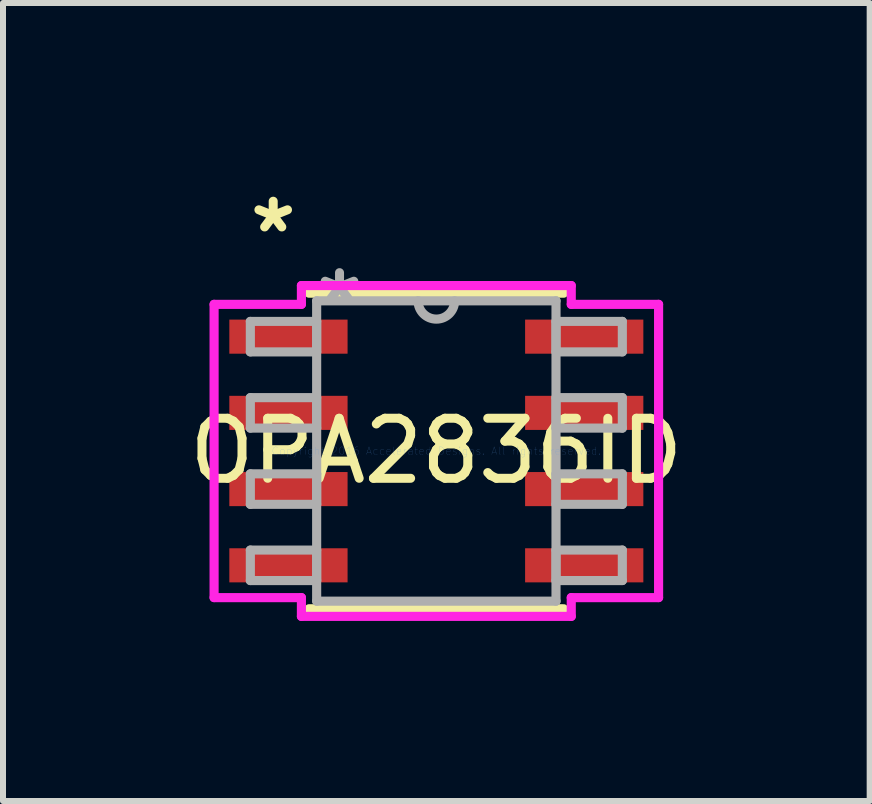
<source format=kicad_pcb>
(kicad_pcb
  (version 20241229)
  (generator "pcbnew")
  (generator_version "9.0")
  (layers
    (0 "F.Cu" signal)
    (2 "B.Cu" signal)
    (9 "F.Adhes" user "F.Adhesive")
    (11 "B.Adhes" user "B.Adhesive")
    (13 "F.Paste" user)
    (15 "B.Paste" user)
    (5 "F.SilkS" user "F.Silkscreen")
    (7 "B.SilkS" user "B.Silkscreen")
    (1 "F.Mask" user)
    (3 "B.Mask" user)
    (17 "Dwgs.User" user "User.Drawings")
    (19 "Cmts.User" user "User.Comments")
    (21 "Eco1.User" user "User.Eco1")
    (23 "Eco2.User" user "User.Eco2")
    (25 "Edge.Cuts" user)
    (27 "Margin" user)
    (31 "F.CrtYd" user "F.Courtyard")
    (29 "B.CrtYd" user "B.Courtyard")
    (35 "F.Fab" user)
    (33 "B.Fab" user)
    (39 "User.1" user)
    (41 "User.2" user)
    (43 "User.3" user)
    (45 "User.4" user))
  (footprint "OPA2836ID"
    (layer "F.Cu")
    (at 4.22 4.464)
    (property "Reference" "OPA2836ID" (at 0 0 0) (layer "F.SilkS") (effects (font (size 1 1) (thickness 0.15))))
    (attr through_hole)
    (fp_line (start -2.121 2.629) (end 2.121 2.629) (stroke (width 0.152) (type solid)) (layer "F.SilkS"))
    (fp_line (start 2.121 -2.629) (end -2.121 -2.629) (stroke (width 0.152) (type solid)) (layer "F.SilkS"))
    (fp_line (start -3.703 -2.443) (end -2.248 -2.443) (stroke (width 0.152) (type solid)) (layer "F.CrtYd"))
    (fp_line (start -3.703 2.443) (end -3.703 -2.443) (stroke (width 0.152) (type solid)) (layer "F.CrtYd"))
    (fp_line (start -2.248 -2.756) (end 2.248 -2.756) (stroke (width 0.152) (type solid)) (layer "F.CrtYd"))
    (fp_line (start -2.248 -2.443) (end -2.248 -2.756) (stroke (width 0.152) (type solid)) (layer "F.CrtYd"))
    (fp_line (start -2.248 2.443) (end -3.703 2.443) (stroke (width 0.152) (type solid)) (layer "F.CrtYd"))
    (fp_line (start -2.248 2.756) (end -2.248 2.443) (stroke (width 0.152) (type solid)) (layer "F.CrtYd"))
    (fp_line (start 2.248 -2.756) (end 2.248 -2.443) (stroke (width 0.152) (type solid)) (layer "F.CrtYd"))
    (fp_line (start 2.248 -2.443) (end 3.703 -2.443) (stroke (width 0.152) (type solid)) (layer "F.CrtYd"))
    (fp_line (start 2.248 2.443) (end 2.248 2.756) (stroke (width 0.152) (type solid)) (layer "F.CrtYd"))
    (fp_line (start 2.248 2.756) (end -2.248 2.756) (stroke (width 0.152) (type solid)) (layer "F.CrtYd"))
    (fp_line (start 3.703 -2.443) (end 3.703 2.443) (stroke (width 0.152) (type solid)) (layer "F.CrtYd"))
    (fp_line (start 3.703 2.443) (end 2.248 2.443) (stroke (width 0.152) (type solid)) (layer "F.CrtYd"))
    (fp_line (start -3.099 -2.159) (end -3.099 -1.651) (stroke (width 0.152) (type solid)) (layer "F.Fab"))
    (fp_line (start -3.099 -1.651) (end -1.994 -1.651) (stroke (width 0.152) (type solid)) (layer "F.Fab"))
    (fp_line (start -3.099 -0.889) (end -3.099 -0.381) (stroke (width 0.152) (type solid)) (layer "F.Fab"))
    (fp_line (start -3.099 -0.381) (end -1.994 -0.381) (stroke (width 0.152) (type solid)) (layer "F.Fab"))
    (fp_line (start -3.099 0.381) (end -3.099 0.889) (stroke (width 0.152) (type solid)) (layer "F.Fab"))
    (fp_line (start -3.099 0.889) (end -1.994 0.889) (stroke (width 0.152) (type solid)) (layer "F.Fab"))
    (fp_line (start -3.099 1.651) (end -3.099 2.159) (stroke (width 0.152) (type solid)) (layer "F.Fab"))
    (fp_line (start -3.099 2.159) (end -1.994 2.159) (stroke (width 0.152) (type solid)) (layer "F.Fab"))
    (fp_line (start -1.994 -2.502) (end -1.994 2.502) (stroke (width 0.152) (type solid)) (layer "F.Fab"))
    (fp_line (start -1.994 -2.159) (end -3.099 -2.159) (stroke (width 0.152) (type solid)) (layer "F.Fab"))
    (fp_line (start -1.994 -1.651) (end -1.994 -2.159) (stroke (width 0.152) (type solid)) (layer "F.Fab"))
    (fp_line (start -1.994 -0.889) (end -3.099 -0.889) (stroke (width 0.152) (type solid)) (layer "F.Fab"))
    (fp_line (start -1.994 -0.381) (end -1.994 -0.889) (stroke (width 0.152) (type solid)) (layer "F.Fab"))
    (fp_line (start -1.994 0.381) (end -3.099 0.381) (stroke (width 0.152) (type solid)) (layer "F.Fab"))
    (fp_line (start -1.994 0.889) (end -1.994 0.381) (stroke (width 0.152) (type solid)) (layer "F.Fab"))
    (fp_line (start -1.994 1.651) (end -3.099 1.651) (stroke (width 0.152) (type solid)) (layer "F.Fab"))
    (fp_line (start -1.994 2.159) (end -1.994 1.651) (stroke (width 0.152) (type solid)) (layer "F.Fab"))
    (fp_line (start -1.994 2.502) (end 1.994 2.502) (stroke (width 0.152) (type solid)) (layer "F.Fab"))
    (fp_line (start 1.994 -2.502) (end -1.994 -2.502) (stroke (width 0.152) (type solid)) (layer "F.Fab"))
    (fp_line (start 1.994 -2.159) (end 1.994 -1.651) (stroke (width 0.152) (type solid)) (layer "F.Fab"))
    (fp_line (start 1.994 -1.651) (end 3.099 -1.651) (stroke (width 0.152) (type solid)) (layer "F.Fab"))
    (fp_line (start 1.994 -0.889) (end 1.994 -0.381) (stroke (width 0.152) (type solid)) (layer "F.Fab"))
    (fp_line (start 1.994 -0.381) (end 3.099 -0.381) (stroke (width 0.152) (type solid)) (layer "F.Fab"))
    (fp_line (start 1.994 0.381) (end 1.994 0.889) (stroke (width 0.152) (type solid)) (layer "F.Fab"))
    (fp_line (start 1.994 0.889) (end 3.099 0.889) (stroke (width 0.152) (type solid)) (layer "F.Fab"))
    (fp_line (start 1.994 1.651) (end 1.994 2.159) (stroke (width 0.152) (type solid)) (layer "F.Fab"))
    (fp_line (start 1.994 2.159) (end 3.099 2.159) (stroke (width 0.152) (type solid)) (layer "F.Fab"))
    (fp_line (start 1.994 2.502) (end 1.994 -2.502) (stroke (width 0.152) (type solid)) (layer "F.Fab"))
    (fp_line (start 3.099 -2.159) (end 1.994 -2.159) (stroke (width 0.152) (type solid)) (layer "F.Fab"))
    (fp_line (start 3.099 -1.651) (end 3.099 -2.159) (stroke (width 0.152) (type solid)) (layer "F.Fab"))
    (fp_line (start 3.099 -0.889) (end 1.994 -0.889) (stroke (width 0.152) (type solid)) (layer "F.Fab"))
    (fp_line (start 3.099 -0.381) (end 3.099 -0.889) (stroke (width 0.152) (type solid)) (layer "F.Fab"))
    (fp_line (start 3.099 0.381) (end 1.994 0.381) (stroke (width 0.152) (type solid)) (layer "F.Fab"))
    (fp_line (start 3.099 0.889) (end 3.099 0.381) (stroke (width 0.152) (type solid)) (layer "F.Fab"))
    (fp_line (start 3.099 1.651) (end 1.994 1.651) (stroke (width 0.152) (type solid)) (layer "F.Fab"))
    (fp_line (start 3.099 2.159) (end 3.099 1.651) (stroke (width 0.152) (type solid)) (layer "F.Fab"))
    (fp_arc (start 0.3048 -2.5019) (mid 0 -2.1971) (end -0.3048 -2.5019) (stroke (width 0.1524) (type solid)) (layer "F.Fab"))
    (fp_text user "*" (at -2.718 -3.616 0) (layer "F.SilkS") (effects (font (size 1 1) (thickness 0.15))))
    (fp_text user "Copyright 2016 Accelerated Designs. All rights reserved." (at 0 0 0) (layer "Cmts.User") (effects (font (size 0.127 0.127) (thickness 0.002))))
    (fp_text user "*" (at -1.613 -2.426 0) (layer "F.Fab") (effects (font (size 1 1) (thickness 0.15))))
    (pad "1" smd rect (at -2.464 -1.905) (size 1.97 0.568) (layers "F.Cu" "F.Mask" "F.Paste"))
    (pad "2" smd rect (at -2.464 -0.635) (size 1.97 0.568) (layers "F.Cu" "F.Mask" "F.Paste"))
    (pad "3" smd rect (at -2.464 0.635) (size 1.97 0.568) (layers "F.Cu" "F.Mask" "F.Paste"))
    (pad "4" smd rect (at -2.464 1.905) (size 1.97 0.568) (layers "F.Cu" "F.Mask" "F.Paste"))
    (pad "5" smd rect (at 2.464 1.905) (size 1.97 0.568) (layers "F.Cu" "F.Mask" "F.Paste"))
    (pad "6" smd rect (at 2.464 0.635) (size 1.97 0.568) (layers "F.Cu" "F.Mask" "F.Paste"))
    (pad "7" smd rect (at 2.464 -0.635) (size 1.97 0.568) (layers "F.Cu" "F.Mask" "F.Paste"))
    (pad "8" smd rect (at 2.464 -1.905) (size 1.97 0.568) (layers "F.Cu" "F.Mask" "F.Paste")))
  (gr_rect
    (start -3 -3)
    (end 11.44 10.296)
    (stroke (width 0.1) (type default))
    (fill no)
    (layer "Edge.Cuts")))
</source>
